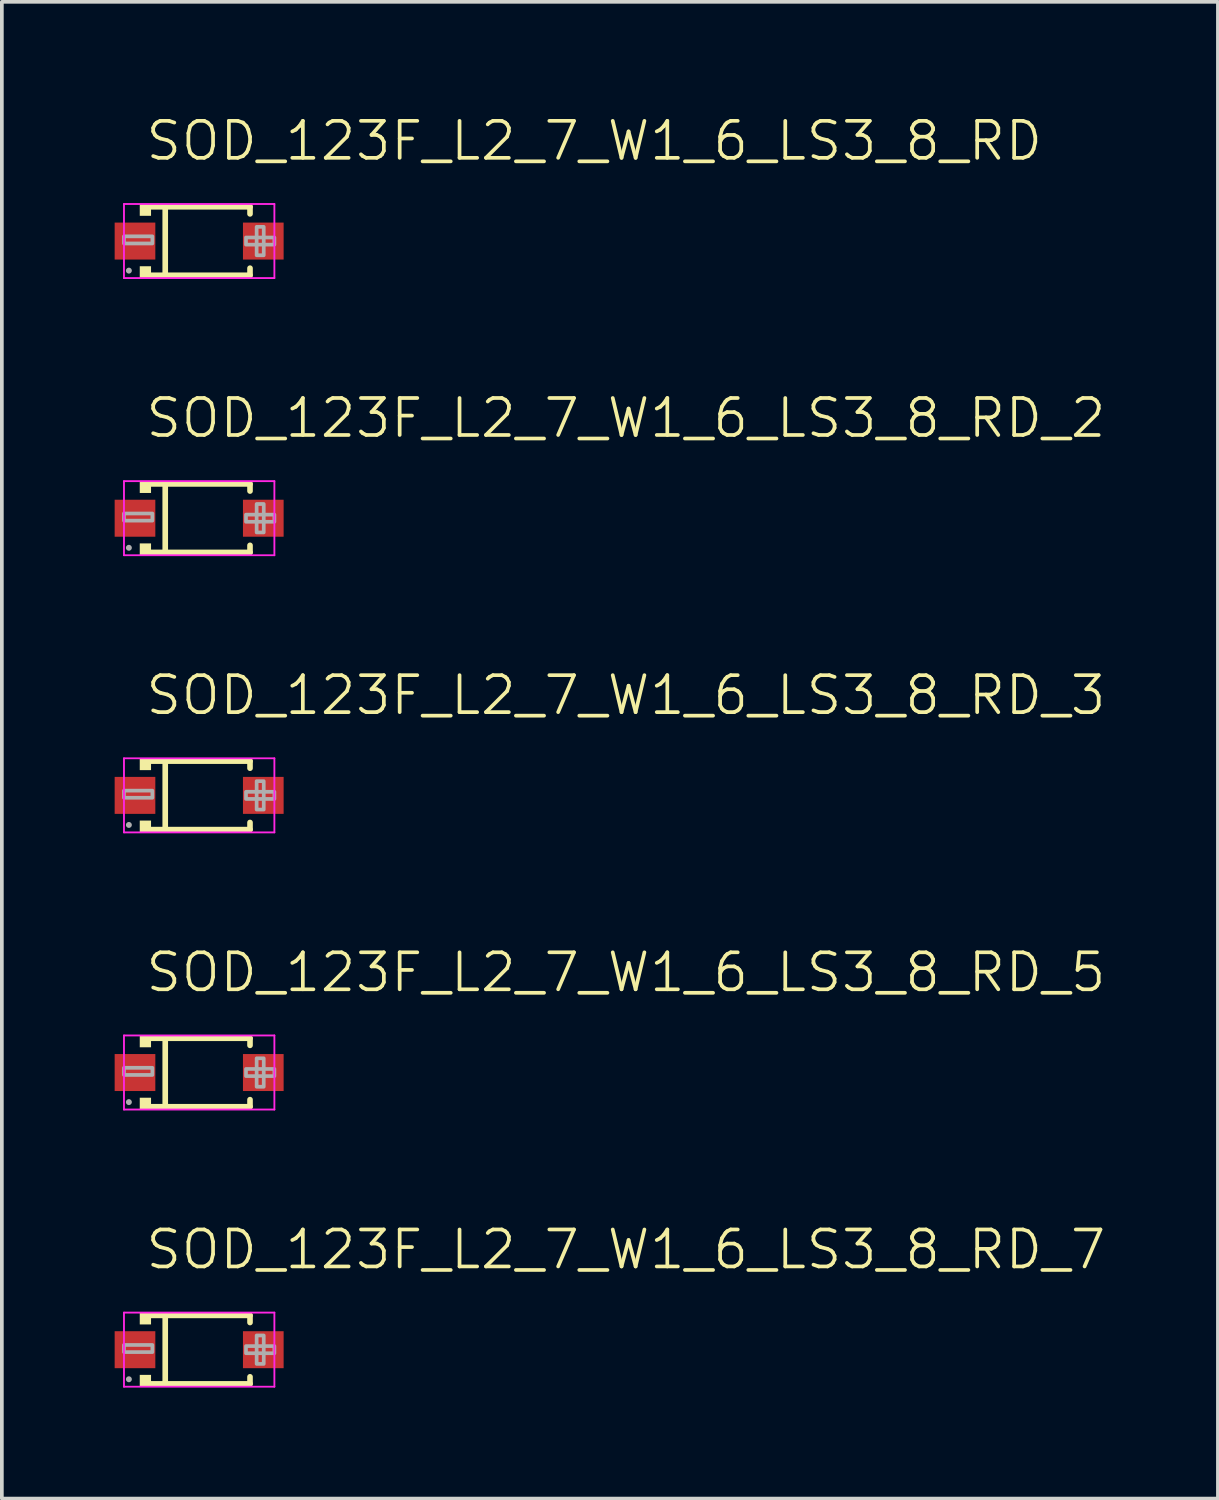
<source format=kicad_pcb>
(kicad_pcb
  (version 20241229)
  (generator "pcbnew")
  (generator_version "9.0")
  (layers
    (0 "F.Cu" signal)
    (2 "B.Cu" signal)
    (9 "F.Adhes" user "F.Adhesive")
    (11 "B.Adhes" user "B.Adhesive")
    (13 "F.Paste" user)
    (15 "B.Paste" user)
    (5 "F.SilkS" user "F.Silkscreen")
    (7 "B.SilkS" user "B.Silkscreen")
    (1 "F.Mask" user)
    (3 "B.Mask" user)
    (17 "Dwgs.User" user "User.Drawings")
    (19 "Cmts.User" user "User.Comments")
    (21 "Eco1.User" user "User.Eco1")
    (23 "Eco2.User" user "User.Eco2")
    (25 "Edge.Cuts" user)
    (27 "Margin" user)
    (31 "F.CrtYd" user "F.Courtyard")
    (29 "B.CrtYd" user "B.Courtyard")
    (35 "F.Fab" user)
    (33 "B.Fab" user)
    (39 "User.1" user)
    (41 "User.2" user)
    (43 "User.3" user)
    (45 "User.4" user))
  (footprint "SOD_123F_L2_7_W1_6_LS3_8_RD_3"
    (layer "F.Cu")
    (at 2.337 18.461)
    (property "Reference" "SOD_123F_L2_7_W1_6_LS3_8_RD_3" (at -1.5 -2.708 0) (layer "F.SilkS") (effects (font (size 1 1) (thickness 0.1)) (justify left)))
    (fp_line (start -1.377 -0.926) (end 1.375 -0.926) (stroke (width 0.152) (type solid)) (layer "F.SilkS"))
    (fp_line (start -1.377 0.926) (end 1.375 0.926) (stroke (width 0.152) (type solid)) (layer "F.SilkS"))
    (fp_line (start -0.918 -0.876) (end -0.918 0.876) (stroke (width 0.152) (type solid)) (layer "F.SilkS"))
    (fp_line (start 1.375 -0.926) (end 1.375 -0.734) (stroke (width 0.152) (type solid)) (layer "F.SilkS"))
    (fp_line (start 1.375 0.926) (end 1.375 0.734) (stroke (width 0.152) (type solid)) (layer "F.SilkS"))
    (fp_poly (pts (xy -1.302 -1.002) (xy -1.302 -0.682) (xy -1.607 -0.682) (xy -1.607 -1.002)) (stroke (width 0) (type solid)) (fill yes) (layer "F.SilkS"))
    (fp_poly (pts (xy -1.302 1.002) (xy -1.302 0.682) (xy -1.607 0.682) (xy -1.607 1.002)) (stroke (width 0) (type solid)) (fill yes) (layer "F.SilkS"))
    (fp_line (start -2.034 -1.002) (end -2.034 1.002) (stroke (width 0.05) (type solid)) (layer "F.CrtYd"))
    (fp_line (start -2.034 1.002) (end 2.034 1.002) (stroke (width 0.05) (type solid)) (layer "F.CrtYd"))
    (fp_line (start 2.034 -1.002) (end -2.034 -1.002) (stroke (width 0.05) (type solid)) (layer "F.CrtYd"))
    (fp_line (start 2.034 1.002) (end 2.034 -1.002) (stroke (width 0.05) (type solid)) (layer "F.CrtYd"))
    (fp_poly (pts (xy -2.034 -0.127) (xy -2.034 0.066) (xy -1.266 0.066) (xy -1.266 -0.127)) (stroke (width 0.1) (type solid)) (fill no) (layer "F.Fab"))
    (fp_poly (pts (xy 1.746 0.385) (xy 1.554 0.385) (xy 1.554 -0.384) (xy 1.746 -0.384)) (stroke (width 0.1) (type solid)) (fill no) (layer "F.Fab"))
    (fp_poly (pts (xy 2.034 -0.096) (xy 2.034 0.097) (xy 1.266 0.097) (xy 1.266 -0.096)) (stroke (width 0.1) (type solid)) (fill no) (layer "F.Fab"))
    (fp_poly (pts (xy -1.871 0.8) (xy -1.872 0.795) (xy -1.874 0.789) (xy -1.877 0.784) (xy -1.88 0.779) (xy -1.885 0.776) (xy -1.89 0.773) (xy -1.896 0.771) (xy -1.901 0.77) (xy -1.907 0.771) (xy -1.913 0.773) (xy -1.918 0.776) (xy -1.923 0.779) (xy -1.926 0.784) (xy -1.929 0.789) (xy -1.931 0.795) (xy -1.931 0.8) (xy -1.931 0.806) (xy -1.929 0.812) (xy -1.926 0.817) (xy -1.923 0.822) (xy -1.918 0.825) (xy -1.913 0.828) (xy -1.907 0.83) (xy -1.901 0.831) (xy -1.896 0.83) (xy -1.89 0.828) (xy -1.885 0.825) (xy -1.88 0.822) (xy -1.877 0.817) (xy -1.874 0.812) (xy -1.872 0.806)) (stroke (width 0.1) (type solid)) (fill no) (layer "F.Fab"))
    (pad "" smd rect (at -1.736 0.001) (size 1.202 1.102) (layers "F.Mask"))
    (pad "" smd rect (at 1.734 0.001) (size 1.202 1.102) (layers "F.Mask"))
    (pad "1" smd rect (at -1.736 0.001) (size 1.1 1) (layers "F.Cu" "F.Paste"))
    (pad "2" smd rect (at 1.734 0.001) (size 1.1 1) (layers "F.Cu" "F.Paste")))
  (footprint "SOD_123F_L2_7_W1_6_LS3_8_RD"
    (layer "F.Cu")
    (at 2.337 3.469)
    (property "Reference" "SOD_123F_L2_7_W1_6_LS3_8_RD" (at -1.5 -2.708 0) (layer "F.SilkS") (effects (font (size 1 1) (thickness 0.1)) (justify left)))
    (fp_line (start -1.377 -0.926) (end 1.375 -0.926) (stroke (width 0.152) (type solid)) (layer "F.SilkS"))
    (fp_line (start -1.377 0.926) (end 1.375 0.926) (stroke (width 0.152) (type solid)) (layer "F.SilkS"))
    (fp_line (start -0.918 -0.876) (end -0.918 0.876) (stroke (width 0.152) (type solid)) (layer "F.SilkS"))
    (fp_line (start 1.375 -0.926) (end 1.375 -0.734) (stroke (width 0.152) (type solid)) (layer "F.SilkS"))
    (fp_line (start 1.375 0.926) (end 1.375 0.734) (stroke (width 0.152) (type solid)) (layer "F.SilkS"))
    (fp_poly (pts (xy -1.302 -1.002) (xy -1.302 -0.682) (xy -1.607 -0.682) (xy -1.607 -1.002)) (stroke (width 0) (type solid)) (fill yes) (layer "F.SilkS"))
    (fp_poly (pts (xy -1.302 1.002) (xy -1.302 0.682) (xy -1.607 0.682) (xy -1.607 1.002)) (stroke (width 0) (type solid)) (fill yes) (layer "F.SilkS"))
    (fp_line (start -2.034 -1.002) (end -2.034 1.002) (stroke (width 0.05) (type solid)) (layer "F.CrtYd"))
    (fp_line (start -2.034 1.002) (end 2.034 1.002) (stroke (width 0.05) (type solid)) (layer "F.CrtYd"))
    (fp_line (start 2.034 -1.002) (end -2.034 -1.002) (stroke (width 0.05) (type solid)) (layer "F.CrtYd"))
    (fp_line (start 2.034 1.002) (end 2.034 -1.002) (stroke (width 0.05) (type solid)) (layer "F.CrtYd"))
    (fp_poly (pts (xy -2.034 -0.127) (xy -2.034 0.066) (xy -1.266 0.066) (xy -1.266 -0.127)) (stroke (width 0.1) (type solid)) (fill no) (layer "F.Fab"))
    (fp_poly (pts (xy 1.746 0.385) (xy 1.554 0.385) (xy 1.554 -0.384) (xy 1.746 -0.384)) (stroke (width 0.1) (type solid)) (fill no) (layer "F.Fab"))
    (fp_poly (pts (xy 2.034 -0.096) (xy 2.034 0.097) (xy 1.266 0.097) (xy 1.266 -0.096)) (stroke (width 0.1) (type solid)) (fill no) (layer "F.Fab"))
    (fp_poly (pts (xy -1.871 0.8) (xy -1.872 0.795) (xy -1.874 0.789) (xy -1.877 0.784) (xy -1.88 0.779) (xy -1.885 0.776) (xy -1.89 0.773) (xy -1.896 0.771) (xy -1.901 0.77) (xy -1.907 0.771) (xy -1.913 0.773) (xy -1.918 0.776) (xy -1.923 0.779) (xy -1.926 0.784) (xy -1.929 0.789) (xy -1.931 0.795) (xy -1.931 0.8) (xy -1.931 0.806) (xy -1.929 0.812) (xy -1.926 0.817) (xy -1.923 0.822) (xy -1.918 0.825) (xy -1.913 0.828) (xy -1.907 0.83) (xy -1.901 0.831) (xy -1.896 0.83) (xy -1.89 0.828) (xy -1.885 0.825) (xy -1.88 0.822) (xy -1.877 0.817) (xy -1.874 0.812) (xy -1.872 0.806)) (stroke (width 0.1) (type solid)) (fill no) (layer "F.Fab"))
    (pad "" smd rect (at -1.736 0.001) (size 1.202 1.102) (layers "F.Mask"))
    (pad "" smd rect (at 1.734 0.001) (size 1.202 1.102) (layers "F.Mask"))
    (pad "1" smd rect (at -1.736 0.001) (size 1.1 1) (layers "F.Cu" "F.Paste"))
    (pad "2" smd rect (at 1.734 0.001) (size 1.1 1) (layers "F.Cu" "F.Paste")))
  (footprint "SOD_123F_L2_7_W1_6_LS3_8_RD_5"
    (layer "F.Cu")
    (at 2.337 25.957)
    (property "Reference" "SOD_123F_L2_7_W1_6_LS3_8_RD_5" (at -1.5 -2.708 0) (layer "F.SilkS") (effects (font (size 1 1) (thickness 0.1)) (justify left)))
    (fp_line (start -1.377 -0.926) (end 1.375 -0.926) (stroke (width 0.152) (type solid)) (layer "F.SilkS"))
    (fp_line (start -1.377 0.926) (end 1.375 0.926) (stroke (width 0.152) (type solid)) (layer "F.SilkS"))
    (fp_line (start -0.918 -0.876) (end -0.918 0.876) (stroke (width 0.152) (type solid)) (layer "F.SilkS"))
    (fp_line (start 1.375 -0.926) (end 1.375 -0.734) (stroke (width 0.152) (type solid)) (layer "F.SilkS"))
    (fp_line (start 1.375 0.926) (end 1.375 0.734) (stroke (width 0.152) (type solid)) (layer "F.SilkS"))
    (fp_poly (pts (xy -1.302 -1.002) (xy -1.302 -0.682) (xy -1.607 -0.682) (xy -1.607 -1.002)) (stroke (width 0) (type solid)) (fill yes) (layer "F.SilkS"))
    (fp_poly (pts (xy -1.302 1.002) (xy -1.302 0.682) (xy -1.607 0.682) (xy -1.607 1.002)) (stroke (width 0) (type solid)) (fill yes) (layer "F.SilkS"))
    (fp_line (start -2.034 -1.002) (end -2.034 1.002) (stroke (width 0.05) (type solid)) (layer "F.CrtYd"))
    (fp_line (start -2.034 1.002) (end 2.034 1.002) (stroke (width 0.05) (type solid)) (layer "F.CrtYd"))
    (fp_line (start 2.034 -1.002) (end -2.034 -1.002) (stroke (width 0.05) (type solid)) (layer "F.CrtYd"))
    (fp_line (start 2.034 1.002) (end 2.034 -1.002) (stroke (width 0.05) (type solid)) (layer "F.CrtYd"))
    (fp_poly (pts (xy -2.034 -0.127) (xy -2.034 0.066) (xy -1.266 0.066) (xy -1.266 -0.127)) (stroke (width 0.1) (type solid)) (fill no) (layer "F.Fab"))
    (fp_poly (pts (xy 1.746 0.385) (xy 1.554 0.385) (xy 1.554 -0.384) (xy 1.746 -0.384)) (stroke (width 0.1) (type solid)) (fill no) (layer "F.Fab"))
    (fp_poly (pts (xy 2.034 -0.096) (xy 2.034 0.097) (xy 1.266 0.097) (xy 1.266 -0.096)) (stroke (width 0.1) (type solid)) (fill no) (layer "F.Fab"))
    (fp_poly (pts (xy -1.871 0.8) (xy -1.872 0.795) (xy -1.874 0.789) (xy -1.877 0.784) (xy -1.88 0.779) (xy -1.885 0.776) (xy -1.89 0.773) (xy -1.896 0.771) (xy -1.901 0.77) (xy -1.907 0.771) (xy -1.913 0.773) (xy -1.918 0.776) (xy -1.923 0.779) (xy -1.926 0.784) (xy -1.929 0.789) (xy -1.931 0.795) (xy -1.931 0.8) (xy -1.931 0.806) (xy -1.929 0.812) (xy -1.926 0.817) (xy -1.923 0.822) (xy -1.918 0.825) (xy -1.913 0.828) (xy -1.907 0.83) (xy -1.901 0.831) (xy -1.896 0.83) (xy -1.89 0.828) (xy -1.885 0.825) (xy -1.88 0.822) (xy -1.877 0.817) (xy -1.874 0.812) (xy -1.872 0.806)) (stroke (width 0.1) (type solid)) (fill no) (layer "F.Fab"))
    (pad "" smd rect (at -1.736 0.001) (size 1.202 1.102) (layers "F.Mask"))
    (pad "" smd rect (at 1.734 0.001) (size 1.202 1.102) (layers "F.Mask"))
    (pad "1" smd rect (at -1.736 0.001) (size 1.1 1) (layers "F.Cu" "F.Paste"))
    (pad "2" smd rect (at 1.734 0.001) (size 1.1 1) (layers "F.Cu" "F.Paste")))
  (footprint "SOD_123F_L2_7_W1_6_LS3_8_RD_2"
    (layer "F.Cu")
    (at 2.337 10.965)
    (property "Reference" "SOD_123F_L2_7_W1_6_LS3_8_RD_2" (at -1.5 -2.708 0) (layer "F.SilkS") (effects (font (size 1 1) (thickness 0.1)) (justify left)))
    (fp_line (start -1.377 -0.926) (end 1.375 -0.926) (stroke (width 0.152) (type solid)) (layer "F.SilkS"))
    (fp_line (start -1.377 0.926) (end 1.375 0.926) (stroke (width 0.152) (type solid)) (layer "F.SilkS"))
    (fp_line (start -0.918 -0.876) (end -0.918 0.876) (stroke (width 0.152) (type solid)) (layer "F.SilkS"))
    (fp_line (start 1.375 -0.926) (end 1.375 -0.734) (stroke (width 0.152) (type solid)) (layer "F.SilkS"))
    (fp_line (start 1.375 0.926) (end 1.375 0.734) (stroke (width 0.152) (type solid)) (layer "F.SilkS"))
    (fp_poly (pts (xy -1.302 -1.002) (xy -1.302 -0.682) (xy -1.607 -0.682) (xy -1.607 -1.002)) (stroke (width 0) (type solid)) (fill yes) (layer "F.SilkS"))
    (fp_poly (pts (xy -1.302 1.002) (xy -1.302 0.682) (xy -1.607 0.682) (xy -1.607 1.002)) (stroke (width 0) (type solid)) (fill yes) (layer "F.SilkS"))
    (fp_line (start -2.034 -1.002) (end -2.034 1.002) (stroke (width 0.05) (type solid)) (layer "F.CrtYd"))
    (fp_line (start -2.034 1.002) (end 2.034 1.002) (stroke (width 0.05) (type solid)) (layer "F.CrtYd"))
    (fp_line (start 2.034 -1.002) (end -2.034 -1.002) (stroke (width 0.05) (type solid)) (layer "F.CrtYd"))
    (fp_line (start 2.034 1.002) (end 2.034 -1.002) (stroke (width 0.05) (type solid)) (layer "F.CrtYd"))
    (fp_poly (pts (xy -2.034 -0.127) (xy -2.034 0.066) (xy -1.266 0.066) (xy -1.266 -0.127)) (stroke (width 0.1) (type solid)) (fill no) (layer "F.Fab"))
    (fp_poly (pts (xy 1.746 0.385) (xy 1.554 0.385) (xy 1.554 -0.384) (xy 1.746 -0.384)) (stroke (width 0.1) (type solid)) (fill no) (layer "F.Fab"))
    (fp_poly (pts (xy 2.034 -0.096) (xy 2.034 0.097) (xy 1.266 0.097) (xy 1.266 -0.096)) (stroke (width 0.1) (type solid)) (fill no) (layer "F.Fab"))
    (fp_poly (pts (xy -1.871 0.8) (xy -1.872 0.795) (xy -1.874 0.789) (xy -1.877 0.784) (xy -1.88 0.779) (xy -1.885 0.776) (xy -1.89 0.773) (xy -1.896 0.771) (xy -1.901 0.77) (xy -1.907 0.771) (xy -1.913 0.773) (xy -1.918 0.776) (xy -1.923 0.779) (xy -1.926 0.784) (xy -1.929 0.789) (xy -1.931 0.795) (xy -1.931 0.8) (xy -1.931 0.806) (xy -1.929 0.812) (xy -1.926 0.817) (xy -1.923 0.822) (xy -1.918 0.825) (xy -1.913 0.828) (xy -1.907 0.83) (xy -1.901 0.831) (xy -1.896 0.83) (xy -1.89 0.828) (xy -1.885 0.825) (xy -1.88 0.822) (xy -1.877 0.817) (xy -1.874 0.812) (xy -1.872 0.806)) (stroke (width 0.1) (type solid)) (fill no) (layer "F.Fab"))
    (pad "" smd rect (at -1.736 0.001) (size 1.202 1.102) (layers "F.Mask"))
    (pad "" smd rect (at 1.734 0.001) (size 1.202 1.102) (layers "F.Mask"))
    (pad "1" smd rect (at -1.736 0.001) (size 1.1 1) (layers "F.Cu" "F.Paste"))
    (pad "2" smd rect (at 1.734 0.001) (size 1.1 1) (layers "F.Cu" "F.Paste")))
  (footprint "SOD_123F_L2_7_W1_6_LS3_8_RD_7"
    (layer "F.Cu")
    (at 2.337 33.453)
    (property "Reference" "SOD_123F_L2_7_W1_6_LS3_8_RD_7" (at -1.5 -2.708 0) (layer "F.SilkS") (effects (font (size 1 1) (thickness 0.1)) (justify left)))
    (fp_line (start -1.377 -0.926) (end 1.375 -0.926) (stroke (width 0.152) (type solid)) (layer "F.SilkS"))
    (fp_line (start -1.377 0.926) (end 1.375 0.926) (stroke (width 0.152) (type solid)) (layer "F.SilkS"))
    (fp_line (start -0.918 -0.876) (end -0.918 0.876) (stroke (width 0.152) (type solid)) (layer "F.SilkS"))
    (fp_line (start 1.375 -0.926) (end 1.375 -0.734) (stroke (width 0.152) (type solid)) (layer "F.SilkS"))
    (fp_line (start 1.375 0.926) (end 1.375 0.734) (stroke (width 0.152) (type solid)) (layer "F.SilkS"))
    (fp_poly (pts (xy -1.302 -1.002) (xy -1.302 -0.682) (xy -1.607 -0.682) (xy -1.607 -1.002)) (stroke (width 0) (type solid)) (fill yes) (layer "F.SilkS"))
    (fp_poly (pts (xy -1.302 1.002) (xy -1.302 0.682) (xy -1.607 0.682) (xy -1.607 1.002)) (stroke (width 0) (type solid)) (fill yes) (layer "F.SilkS"))
    (fp_line (start -2.034 -1.002) (end -2.034 1.002) (stroke (width 0.05) (type solid)) (layer "F.CrtYd"))
    (fp_line (start -2.034 1.002) (end 2.034 1.002) (stroke (width 0.05) (type solid)) (layer "F.CrtYd"))
    (fp_line (start 2.034 -1.002) (end -2.034 -1.002) (stroke (width 0.05) (type solid)) (layer "F.CrtYd"))
    (fp_line (start 2.034 1.002) (end 2.034 -1.002) (stroke (width 0.05) (type solid)) (layer "F.CrtYd"))
    (fp_poly (pts (xy -2.034 -0.127) (xy -2.034 0.066) (xy -1.266 0.066) (xy -1.266 -0.127)) (stroke (width 0.1) (type solid)) (fill no) (layer "F.Fab"))
    (fp_poly (pts (xy 1.746 0.385) (xy 1.554 0.385) (xy 1.554 -0.384) (xy 1.746 -0.384)) (stroke (width 0.1) (type solid)) (fill no) (layer "F.Fab"))
    (fp_poly (pts (xy 2.034 -0.096) (xy 2.034 0.097) (xy 1.266 0.097) (xy 1.266 -0.096)) (stroke (width 0.1) (type solid)) (fill no) (layer "F.Fab"))
    (fp_poly (pts (xy -1.871 0.8) (xy -1.872 0.795) (xy -1.874 0.789) (xy -1.877 0.784) (xy -1.88 0.779) (xy -1.885 0.776) (xy -1.89 0.773) (xy -1.896 0.771) (xy -1.901 0.77) (xy -1.907 0.771) (xy -1.913 0.773) (xy -1.918 0.776) (xy -1.923 0.779) (xy -1.926 0.784) (xy -1.929 0.789) (xy -1.931 0.795) (xy -1.931 0.8) (xy -1.931 0.806) (xy -1.929 0.812) (xy -1.926 0.817) (xy -1.923 0.822) (xy -1.918 0.825) (xy -1.913 0.828) (xy -1.907 0.83) (xy -1.901 0.831) (xy -1.896 0.83) (xy -1.89 0.828) (xy -1.885 0.825) (xy -1.88 0.822) (xy -1.877 0.817) (xy -1.874 0.812) (xy -1.872 0.806)) (stroke (width 0.1) (type solid)) (fill no) (layer "F.Fab"))
    (pad "" smd rect (at -1.736 0.001) (size 1.202 1.102) (layers "F.Mask"))
    (pad "" smd rect (at 1.734 0.001) (size 1.202 1.102) (layers "F.Mask"))
    (pad "1" smd rect (at -1.736 0.001) (size 1.1 1) (layers "F.Cu" "F.Paste"))
    (pad "2" smd rect (at 1.734 0.001) (size 1.1 1) (layers "F.Cu" "F.Paste")))
  (gr_rect
    (start -3 -3)
    (end 29.89 37.48)
    (stroke (width 0.1) (type default))
    (fill no)
    (layer "Edge.Cuts")))
</source>
